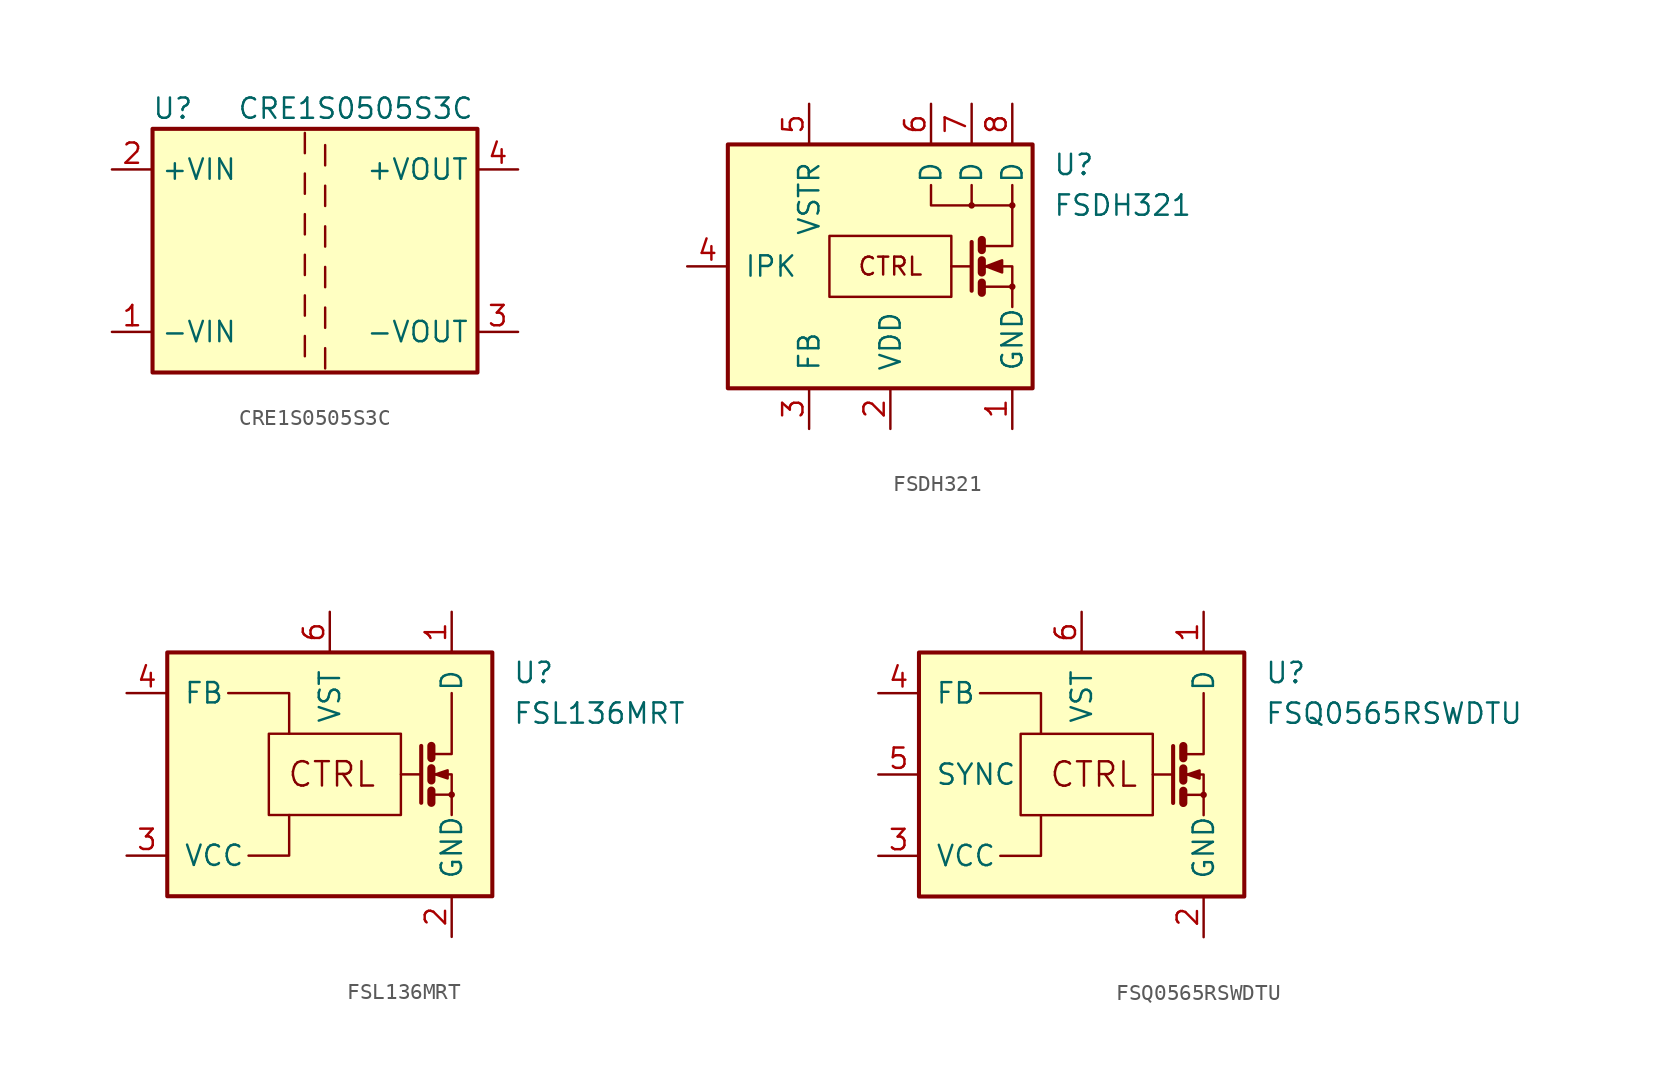
<source format=kicad_sym>
(kicad_symbol_lib
  (version 20201005)
  (generator kicad_symbol_editor)
  (symbol "CRE1S0505S3C"
    (property "Reference" "U"
      (at -8.89 8.89 0)
      (effects (font (size 1.27 1.27))))
    (property "Value" "CRE1S0505S3C"
      (at 2.54 8.89 0)
      (effects (font (size 1.27 1.27))))
    (symbol "CRE1S0505S3C_0_1"
      (rectangle (start -10.16 7.62) (end 10.16 -7.62) (stroke (width 0.254)) (fill (type background)))
      (polyline (pts (xy -0.635 -5.334) (xy -0.635 -6.604)) (stroke (width 0)) (fill (type none)))
      (polyline (pts (xy -0.635 -2.794) (xy -0.635 -4.064)) (stroke (width 0)) (fill (type none)))
      (polyline (pts (xy -0.635 -0.254) (xy -0.635 -1.524)) (stroke (width 0)) (fill (type none)))
      (polyline (pts (xy -0.635 2.286) (xy -0.635 1.016)) (stroke (width 0)) (fill (type none)))
      (polyline (pts (xy -0.635 4.826) (xy -0.635 3.556)) (stroke (width 0)) (fill (type none)))
      (polyline (pts (xy -0.635 7.366) (xy -0.635 6.096)) (stroke (width 0)) (fill (type none)))
      (polyline (pts (xy 0.635 -7.366) (xy 0.635 -6.096)) (stroke (width 0)) (fill (type none)))
      (polyline (pts (xy 0.635 -4.826) (xy 0.635 -3.556)) (stroke (width 0)) (fill (type none)))
      (polyline (pts (xy 0.635 -2.286) (xy 0.635 -1.016)) (stroke (width 0)) (fill (type none)))
      (polyline (pts (xy 0.635 0.254) (xy 0.635 1.524)) (stroke (width 0)) (fill (type none)))
      (polyline (pts (xy 0.635 2.794) (xy 0.635 4.064)) (stroke (width 0)) (fill (type none)))
      (polyline (pts (xy 0.635 5.334) (xy 0.635 6.604)) (stroke (width 0)) (fill (type none))))
    (symbol "CRE1S0505S3C_1_1"
      (pin power_in line (at -12.7 -5.08 0) (length 2.54) (name "-VIN" (effects (font (size 1.27 1.27)))) (number "1" (effects (font (size 1.27 1.27)))))
      (pin power_in line (at -12.7 5.08 0) (length 2.54) (name "+VIN" (effects (font (size 1.27 1.27)))) (number "2" (effects (font (size 1.27 1.27)))))
      (pin power_out line (at 12.7 -5.08 180) (length 2.54) (name "-VOUT" (effects (font (size 1.27 1.27)))) (number "3" (effects (font (size 1.27 1.27)))))
      (pin power_out line (at 12.7 5.08 180) (length 2.54) (name "+VOUT" (effects (font (size 1.27 1.27)))) (number "4" (effects (font (size 1.27 1.27)))))))
  (symbol "FSDH321"
    (pin_names
      (offset 1.016))
    (property "Reference" "U"
      (at 10.16 6.35 0)
      (effects (font (size 1.27 1.27)) (justify left)))
    (property "Value" "FSDH321"
      (at 10.16 3.81 0)
      (effects (font (size 1.27 1.27)) (justify left)))
    (symbol "FSDH321_0_0"
      (circle (center 5.08 3.81) (radius 0.127) (stroke (width 0)) (fill (type none)))
      (circle (center 7.62 -1.27) (radius 0.127) (stroke (width 0)) (fill (type none)))
      (text "CTRL" (at 0 0 0) (effects (font (size 1.118 1.118))))
      (rectangle (start -10.16 7.62) (end 8.89 -7.62) (stroke (width 0.254)) (fill (type background))))
    (symbol "FSDH321_0_1"
      (circle (center 7.62 3.81) (radius 0.127) (stroke (width 0)) (fill (type none)))
      (rectangle (start -3.81 1.905) (end 3.81 -1.905) (stroke (width 0)) (fill (type none)))
      (polyline (pts (xy 5.08 0) (xy 3.81 0)) (stroke (width 0)) (fill (type none)))
      (polyline (pts (xy 5.08 3.81) (xy 5.08 5.08)) (stroke (width 0)) (fill (type none)))
      (polyline (pts (xy 5.715 -1.016) (xy 5.715 -1.651)) (stroke (width 0.508)) (fill (type none)))
      (polyline (pts (xy 5.715 0.381) (xy 5.715 -0.381)) (stroke (width 0.508)) (fill (type none)))
      (polyline (pts (xy 5.715 1.651) (xy 5.715 1.016)) (stroke (width 0.508)) (fill (type none)))
      (polyline (pts (xy 5.08 1.524) (xy 5.08 -1.524) (xy 5.08 -1.524)) (stroke (width 0.254)) (fill (type none)))
      (polyline (pts (xy 5.715 -1.27) (xy 7.62 -1.27) (xy 7.62 -2.54)) (stroke (width 0)) (fill (type none)))
      (polyline (pts (xy 7.62 3.81) (xy 2.54 3.81) (xy 2.54 5.08)) (stroke (width 0)) (fill (type none)))
      (polyline (pts (xy 5.715 1.27) (xy 6.731 1.27) (xy 7.62 1.27) (xy 7.62 5.08)) (stroke (width 0)) (fill (type none)))
      (polyline (pts (xy 5.842 0) (xy 6.35 0) (xy 7.62 0) (xy 7.62 -1.27) (xy 7.62 -1.27)) (stroke (width 0)) (fill (type none)))
      (polyline (pts (xy 5.969 0) (xy 6.985 0.381) (xy 6.985 -0.381) (xy 5.969 0) (xy 6.096 0) (xy 6.096 0)) (stroke (width 0)) (fill (type outline))))
    (symbol "FSDH321_1_1"
      (pin power_in line (at 7.62 -10.16 90) (length 2.54) (name "GND" (effects (font (size 1.27 1.27)))) (number "1" (effects (font (size 1.27 1.27)))))
      (pin power_in line (at 0 -10.16 90) (length 2.54) (name "VDD" (effects (font (size 1.27 1.27)))) (number "2" (effects (font (size 1.27 1.27)))))
      (pin input line (at -5.08 -10.16 90) (length 2.54) (name "FB" (effects (font (size 1.27 1.27)))) (number "3" (effects (font (size 1.27 1.27)))))
      (pin passive line (at -12.7 0 0) (length 2.54) (name "IPK" (effects (font (size 1.27 1.27)))) (number "4" (effects (font (size 1.27 1.27)))))
      (pin passive line (at -5.08 10.16 270) (length 2.54) (name "VSTR" (effects (font (size 1.27 1.27)))) (number "5" (effects (font (size 1.27 1.27)))))
      (pin passive line (at 2.54 10.16 270) (length 2.54) (name "D" (effects (font (size 1.27 1.27)))) (number "6" (effects (font (size 1.27 1.27)))))
      (pin passive line (at 5.08 10.16 270) (length 2.54) (name "D" (effects (font (size 1.27 1.27)))) (number "7" (effects (font (size 1.27 1.27)))))
      (pin passive line (at 7.62 10.16 270) (length 2.54) (name "D" (effects (font (size 1.27 1.27)))) (number "8" (effects (font (size 1.27 1.27)))))))
  (symbol "FSL136MRT"
    (pin_names
      (offset 1.016))
    (property "Reference" "U"
      (at 11.43 6.35 0)
      (effects (font (size 1.27 1.27)) (justify left)))
    (property "Value" "FSL136MRT"
      (at 11.43 3.81 0)
      (effects (font (size 1.27 1.27)) (justify left)))
    (symbol "FSL136MRT_0_0"
      (circle (center 7.62 -1.27) (radius 0.127) (stroke (width 0)) (fill (type none)))
      (text "CTRL" (at 0.127 0 0) (effects (font (size 1.524 1.524))))
      (rectangle (start -10.16 7.62) (end 10.16 -7.62) (stroke (width 0.254)) (fill (type background)))
      (rectangle (start -3.81 2.54) (end 4.445 -2.54) (stroke (width 0)) (fill (type none)))
      (polyline (pts (xy 5.715 1.778) (xy 5.715 -1.778)) (stroke (width 0.254)) (fill (type none)))
      (polyline (pts (xy 6.35 -1.27) (xy 7.62 -1.27)) (stroke (width 0)) (fill (type none)))
      (polyline (pts (xy 6.35 -1.016) (xy 6.35 -1.778)) (stroke (width 0.508)) (fill (type none)))
      (polyline (pts (xy 6.35 0.381) (xy 6.35 -0.381)) (stroke (width 0.508)) (fill (type none)))
      (polyline (pts (xy 6.35 1.778) (xy 6.35 1.016)) (stroke (width 0.508)) (fill (type none)))
      (polyline (pts (xy 6.35 1.27) (xy 7.62 1.27) (xy 7.62 5.08)) (stroke (width 0)) (fill (type none)))
      (polyline (pts (xy 7.62 -2.54) (xy 7.62 0) (xy 6.35 0)) (stroke (width 0)) (fill (type none)))
      (polyline (pts (xy 6.604 0) (xy 7.366 0.254) (xy 7.366 -0.254) (xy 6.604 0)) (stroke (width 0)) (fill (type outline))))
    (symbol "FSL136MRT_0_1"
      (polyline (pts (xy 4.445 0) (xy 5.715 0)) (stroke (width 0)) (fill (type none)))
      (polyline (pts (xy -6.35 5.08) (xy -2.54 5.08) (xy -2.54 2.54)) (stroke (width 0)) (fill (type none)))
      (polyline (pts (xy -5.08 -5.08) (xy -2.54 -5.08) (xy -2.54 -2.54)) (stroke (width 0)) (fill (type none))))
    (symbol "FSL136MRT_1_1"
      (pin passive line (at 7.62 10.16 270) (length 2.54) (name "D" (effects (font (size 1.27 1.27)))) (number "1" (effects (font (size 1.27 1.27)))))
      (pin power_in line (at 7.62 -10.16 90) (length 2.54) (name "GND" (effects (font (size 1.27 1.27)))) (number "2" (effects (font (size 1.27 1.27)))))
      (pin power_in line (at -12.7 -5.08 0) (length 2.54) (name "VCC" (effects (font (size 1.27 1.27)))) (number "3" (effects (font (size 1.27 1.27)))))
      (pin passive line (at -12.7 5.08 0) (length 2.54) (name "FB" (effects (font (size 1.27 1.27)))) (number "4" (effects (font (size 1.27 1.27)))))
      (pin passive line (at 0 10.16 270) (length 2.54) (name "VST" (effects (font (size 1.27 1.27)))) (number "6" (effects (font (size 1.27 1.27)))))))
  (symbol "FSQ0565RSWDTU"
    (pin_names
      (offset 1.016))
    (property "Reference" "U"
      (at 11.43 6.35 0)
      (effects (font (size 1.27 1.27)) (justify left)))
    (property "Value" "FSQ0565RSWDTU"
      (at 11.43 3.81 0)
      (effects (font (size 1.27 1.27)) (justify left)))
    (symbol "FSQ0565RSWDTU_0_0"
      (circle (center 7.62 -1.27) (radius 0.127) (stroke (width 0)) (fill (type none)))
      (text "CTRL" (at 0.762 0 0) (effects (font (size 1.524 1.524))))
      (rectangle (start -10.16 7.62) (end 10.16 -7.62) (stroke (width 0.254)) (fill (type background)))
      (rectangle (start -3.81 2.54) (end 4.445 -2.54) (stroke (width 0)) (fill (type none)))
      (polyline (pts (xy 5.715 1.778) (xy 5.715 -1.778)) (stroke (width 0.254)) (fill (type none)))
      (polyline (pts (xy 6.35 -1.27) (xy 7.62 -1.27)) (stroke (width 0)) (fill (type none)))
      (polyline (pts (xy 6.35 -1.016) (xy 6.35 -1.778)) (stroke (width 0.508)) (fill (type none)))
      (polyline (pts (xy 6.35 0.381) (xy 6.35 -0.381)) (stroke (width 0.508)) (fill (type none)))
      (polyline (pts (xy 6.35 1.778) (xy 6.35 1.016)) (stroke (width 0.508)) (fill (type none)))
      (polyline (pts (xy 6.35 1.27) (xy 7.62 1.27) (xy 7.62 5.08)) (stroke (width 0)) (fill (type none)))
      (polyline (pts (xy 6.604 0) (xy 7.366 0.254) (xy 7.366 -0.254) (xy 6.604 0)) (stroke (width 0)) (fill (type outline)))
      (polyline (pts (xy 7.62 -1.905) (xy 7.62 -2.54) (xy 7.62 0) (xy 6.35 0)) (stroke (width 0)) (fill (type none))))
    (symbol "FSQ0565RSWDTU_0_1"
      (polyline (pts (xy 4.445 0) (xy 5.715 0)) (stroke (width 0)) (fill (type none)))
      (polyline (pts (xy -6.35 5.08) (xy -2.54 5.08) (xy -2.54 2.54)) (stroke (width 0)) (fill (type none)))
      (polyline (pts (xy -5.08 -5.08) (xy -2.54 -5.08) (xy -2.54 -2.54)) (stroke (width 0)) (fill (type none))))
    (symbol "FSQ0565RSWDTU_1_1"
      (pin passive line (at 7.62 10.16 270) (length 2.54) (name "D" (effects (font (size 1.27 1.27)))) (number "1" (effects (font (size 1.27 1.27)))))
      (pin power_in line (at 7.62 -10.16 90) (length 2.54) (name "GND" (effects (font (size 1.27 1.27)))) (number "2" (effects (font (size 1.27 1.27)))))
      (pin power_in line (at -12.7 -5.08 0) (length 2.54) (name "VCC" (effects (font (size 1.27 1.27)))) (number "3" (effects (font (size 1.27 1.27)))))
      (pin passive line (at -12.7 5.08 0) (length 2.54) (name "FB" (effects (font (size 1.27 1.27)))) (number "4" (effects (font (size 1.27 1.27)))))
      (pin passive line (at -12.7 0 0) (length 2.54) (name "SYNC" (effects (font (size 1.27 1.27)))) (number "5" (effects (font (size 1.27 1.27)))))
      (pin passive line (at 0 10.16 270) (length 2.54) (name "VST" (effects (font (size 1.27 1.27)))) (number "6" (effects (font (size 1.27 1.27))))))))
</source>
